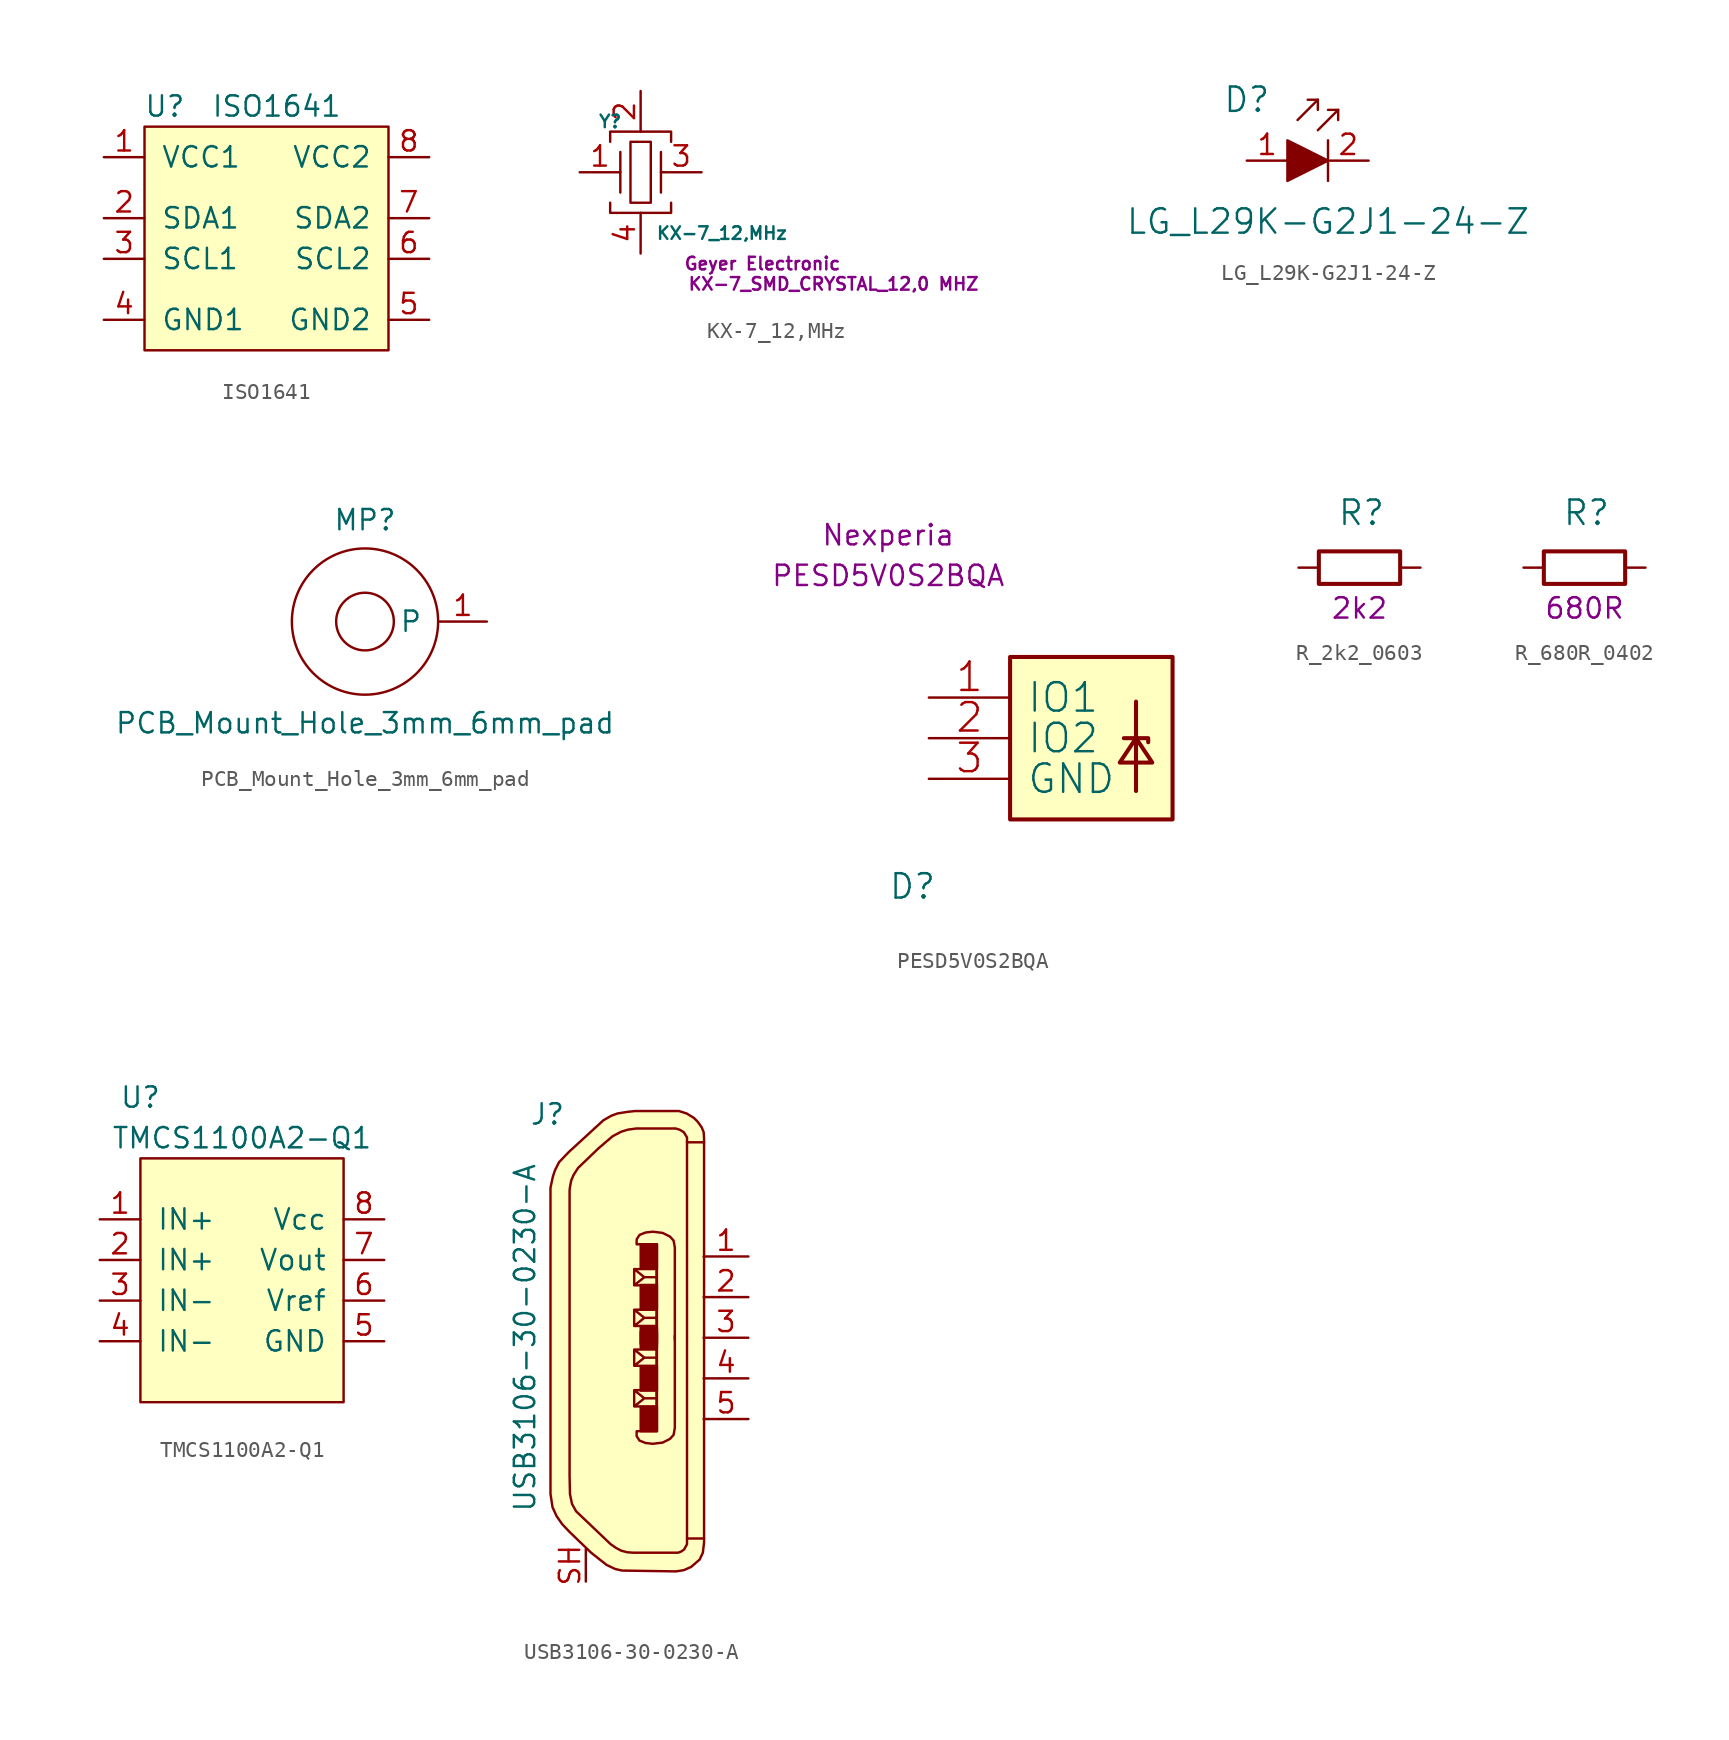
<source format=kicad_sym>
(kicad_symbol_lib
  (version 20211014)
  (generator kicad_symbol_editor)
  (symbol "ISO1641"
    (pin_names
      (offset 1.016))
    (property "Reference" "U"
      (at -6.35 8.255 0)
      (effects (font (size 1.27 1.27))))
    (property "Value" "ISO1641"
      (at 0.635 8.255 0)
      (effects (font (size 1.27 1.27))))
    (symbol "ISO1641_0_1"
      (rectangle (start -7.62 6.985) (end 7.62 -6.985) (stroke (width 0) (type default) (color 0 0 0 0)) (fill (type background))))
    (symbol "ISO1641_1_1"
      (pin power_in line (at -10.16 5.08 0) (length 2.54) (name "VCC1" (effects (font (size 1.27 1.27)))) (number "1" (effects (font (size 1.27 1.27)))))
      (pin bidirectional line (at -10.16 1.27 0) (length 2.54) (name "SDA1" (effects (font (size 1.27 1.27)))) (number "2" (effects (font (size 1.27 1.27)))))
      (pin bidirectional line (at -10.16 -1.27 0) (length 2.54) (name "SCL1" (effects (font (size 1.27 1.27)))) (number "3" (effects (font (size 1.27 1.27)))))
      (pin power_in line (at -10.16 -5.08 0) (length 2.54) (name "GND1" (effects (font (size 1.27 1.27)))) (number "4" (effects (font (size 1.27 1.27)))))
      (pin power_in line (at 10.16 -5.08 180) (length 2.54) (name "GND2" (effects (font (size 1.27 1.27)))) (number "5" (effects (font (size 1.27 1.27)))))
      (pin bidirectional line (at 10.16 -1.27 180) (length 2.54) (name "SCL2" (effects (font (size 1.27 1.27)))) (number "6" (effects (font (size 1.27 1.27)))))
      (pin bidirectional line (at 10.16 1.27 180) (length 2.54) (name "SDA2" (effects (font (size 1.27 1.27)))) (number "7" (effects (font (size 1.27 1.27)))))
      (pin power_in line (at 10.16 5.08 180) (length 2.54) (name "VCC2" (effects (font (size 1.27 1.27)))) (number "8" (effects (font (size 1.27 1.27)))))))
  (symbol "KX-7_12,MHz"
    (pin_names
      (offset 1.016))
    (property "Reference" "Y"
      (at -1.905 3.175 0)
      (effects (font (size 0.787 0.787))))
    (property "Value" "KX-7_12,MHz"
      (at 5.08 -3.81 0)
      (effects (font (size 0.787 0.787))))
    (property "MPN" "KX-7_SMD_CRYSTAL_12,0 MHZ"
      (at 12.065 -6.985 0)
      (effects (font (size 0.787 0.787))))
    (property "Manufacturer" "Geyer Electronic"
      (at 7.62 -5.715 0)
      (effects (font (size 0.787 0.787))))
    (symbol "KX-7_12,MHz_0_1"
      (rectangle (start -0.635 1.905) (end 0.635 -1.905) (stroke (width 0) (type default) (color 0 0 0 0)) (fill (type none)))
      (polyline (pts (xy -1.27 1.27) (xy -1.27 -1.27)) (stroke (width 0) (type default) (color 0 0 0 0)) (fill (type none)))
      (polyline (pts (xy 1.27 1.27) (xy 1.27 -1.27)) (stroke (width 0) (type default) (color 0 0 0 0)) (fill (type none)))
      (polyline (pts (xy -1.905 -1.905) (xy -1.905 -2.54) (xy 1.905 -2.54) (xy 1.905 -1.905)) (stroke (width 0) (type default) (color 0 0 0 0)) (fill (type none)))
      (polyline (pts (xy -1.905 1.905) (xy -1.905 2.54) (xy 1.905 2.54) (xy 1.905 1.905)) (stroke (width 0) (type default) (color 0 0 0 0)) (fill (type none))))
    (symbol "KX-7_12,MHz_1_1"
      (pin output line (at -3.81 0 0) (length 2.54) (name "~" (effects (font (size 1.27 1.27)))) (number "1" (effects (font (size 1.27 1.27)))))
      (pin power_in line (at 0 5.08 270) (length 2.54) (name "~" (effects (font (size 1.27 1.27)))) (number "2" (effects (font (size 1.27 1.27)))))
      (pin output line (at 3.81 0 180) (length 2.54) (name "~" (effects (font (size 1.27 1.27)))) (number "3" (effects (font (size 1.27 1.27)))))
      (pin power_in line (at 0 -5.08 90) (length 2.54) (name "~" (effects (font (size 1.27 1.27)))) (number "4" (effects (font (size 1.27 1.27)))))))
  (symbol "LG_L29K-G2J1-24-Z"
    (pin_names
      (offset 0))
    (property "Reference" "D"
      (at -5.08 3.81 0)
      (effects (font (size 1.524 1.524))))
    (property "Value" "LG_L29K-G2J1-24-Z"
      (at 0 -3.81 0)
      (effects (font (size 1.524 1.524))))
    (symbol "LG_L29K-G2J1-24-Z_0_1"
      (polyline (pts (xy -0.635 3.81) (xy -1.905 2.54)) (stroke (width 0) (type default) (color 0 0 0 0)) (fill (type none)))
      (polyline (pts (xy 0 1.27) (xy 0 -1.27)) (stroke (width 0) (type default) (color 0 0 0 0)) (fill (type none)))
      (polyline (pts (xy 0.635 3.175) (xy -0.635 1.905)) (stroke (width 0) (type default) (color 0 0 0 0)) (fill (type none)))
      (polyline (pts (xy -1.27 3.81) (xy -0.635 3.81) (xy -0.635 3.175)) (stroke (width 0) (type default) (color 0 0 0 0)) (fill (type none)))
      (polyline (pts (xy 0 3.175) (xy 0.635 3.175) (xy 0.635 2.54)) (stroke (width 0) (type default) (color 0 0 0 0)) (fill (type none)))
      (polyline (pts (xy -2.54 1.27) (xy -2.54 -1.27) (xy 0 0) (xy -2.54 1.27)) (stroke (width 0) (type default) (color 0 0 0 0)) (fill (type outline))))
    (symbol "LG_L29K-G2J1-24-Z_1_1"
      (pin passive line (at -5.08 0 0) (length 2.54) (name "~" (effects (font (size 1.27 1.27)))) (number "1" (effects (font (size 1.27 1.27)))))
      (pin passive line (at 2.54 0 180) (length 2.54) (name "~" (effects (font (size 1.27 1.27)))) (number "2" (effects (font (size 1.27 1.27)))))))
  (symbol "PCB_Mount_Hole_3mm_6mm_pad"
    (pin_names
      (offset 1.016))
    (property "Reference" "MP"
      (at 0 6.35 0)
      (effects (font (size 1.27 1.27))))
    (property "Value" "PCB_Mount_Hole_3mm_6mm_pad"
      (at 0 -6.35 0)
      (effects (font (size 1.27 1.27))))
    (symbol "PCB_Mount_Hole_3mm_6mm_pad_0_1"
      (circle (center 0 0) (radius 1.803) (stroke (width 0) (type default) (color 0 0 0 0)) (fill (type none)))
      (circle (center 0 0) (radius 4.572) (stroke (width 0) (type default) (color 0 0 0 0)) (fill (type none))))
    (symbol "PCB_Mount_Hole_3mm_6mm_pad_1_1"
      (pin input line (at 7.62 0 180) (length 2.997) (name "P" (effects (font (size 1.27 1.27)))) (number "1" (effects (font (size 1.27 1.27)))))))
  (symbol "PESD5V0S2BQA"
    (pin_names
      (offset 1.016))
    (property "Reference" "D"
      (at -7.62 -12.7 0)
      (effects (font (size 1.524 1.524)) (justify left bottom)))
    (property "MPN" "PESD5V0S2BQA"
      (at -7.62 7.62 0)
      (effects (font (size 1.27 1.27))))
    (property "Manufacturer" "Nexperia"
      (at -7.62 10.16 0)
      (effects (font (size 1.27 1.27))))
    (symbol "PESD5V0S2BQA_0_1"
      (polyline (pts (xy 7.874 -0.254) (xy 7.874 -5.842)) (stroke (width 0.254) (type default) (color 0 0 0 0)) (fill (type none)))
      (polyline (pts (xy 7.112 -2.54) (xy 8.636 -2.54) (xy 8.636 -2.794)) (stroke (width 0.254) (type default) (color 0 0 0 0)) (fill (type none)))
      (polyline (pts (xy 8.89 -4.064) (xy 7.874 -2.54) (xy 6.858 -4.064) (xy 8.89 -4.064)) (stroke (width 0.254) (type default) (color 0 0 0 0)) (fill (type none)))
      (rectangle (start 10.16 -7.62) (end 0 2.54) (stroke (width 0.254) (type default) (color 0 0 0 0)) (fill (type background)))
      (pin passive line (at -5.08 0 0) (length 5.08) (name "IO1" (effects (font (size 1.778 1.778)))) (number "1" (effects (font (size 1.778 1.778)))))
      (pin passive line (at -5.08 -2.54 0) (length 5.08) (name "IO2" (effects (font (size 1.778 1.778)))) (number "2" (effects (font (size 1.778 1.778)))))
      (pin passive line (at -5.08 -5.08 0) (length 5.08) (name "GND" (effects (font (size 1.778 1.778)))) (number "3" (effects (font (size 1.778 1.778)))))))
  (symbol "R_2k2_0603"
    (pin_names
      (offset 0))
    (property "Reference" "R"
      (at -1.397 3.429 0)
      (effects (font (size 1.524 1.524)) (justify left)))
    (property "Val" "2k2"
      (at 0 -2.54 0)
      (effects (font (size 1.27 1.27))))
    (symbol "R_2k2_0603_1_1"
      (rectangle (start 2.54 -1.016) (end -2.54 1.016) (stroke (width 0.254) (type default) (color 0 0 0 0)) (fill (type none)))
      (pin passive line (at -3.81 0 0) (length 1.27) (name "~" (effects (font (size 0 0)))) (number "1" (effects (font (size 0 0)))))
      (pin passive line (at 3.81 0 180) (length 1.27) (name "~" (effects (font (size 0 0)))) (number "2" (effects (font (size 0 0)))))))
  (symbol "R_680R_0402"
    (pin_names
      (offset 0))
    (property "Reference" "R"
      (at -1.397 3.429 0)
      (effects (font (size 1.524 1.524)) (justify left)))
    (property "Val" "680R"
      (at 0 -2.54 0)
      (effects (font (size 1.27 1.27))))
    (symbol "R_680R_0402_1_1"
      (rectangle (start 2.54 -1.016) (end -2.54 1.016) (stroke (width 0.254) (type default) (color 0 0 0 0)) (fill (type none)))
      (pin passive line (at -3.81 0 0) (length 1.27) (name "~" (effects (font (size 0 0)))) (number "1" (effects (font (size 0 0)))))
      (pin passive line (at 3.81 0 180) (length 1.27) (name "~" (effects (font (size 0 0)))) (number "2" (effects (font (size 0 0)))))))
  (symbol "TMCS1100A2-Q1"
    (pin_names
      (offset 1.016))
    (property "Reference" "U"
      (at -6.35 11.43 0)
      (effects (font (size 1.27 1.27))))
    (property "Value" "TMCS1100A2-Q1"
      (at 0 8.89 0)
      (effects (font (size 1.27 1.27))))
    (symbol "TMCS1100A2-Q1_0_1"
      (rectangle (start -6.35 7.62) (end 6.35 -7.62) (stroke (width 0) (type default) (color 0 0 0 0)) (fill (type background))))
    (symbol "TMCS1100A2-Q1_1_1"
      (pin input line (at -8.89 3.81 0) (length 2.54) (name "IN+" (effects (font (size 1.27 1.27)))) (number "1" (effects (font (size 1.27 1.27)))))
      (pin input line (at -8.89 1.27 0) (length 2.54) (name "IN+" (effects (font (size 1.27 1.27)))) (number "2" (effects (font (size 1.27 1.27)))))
      (pin input line (at -8.89 -1.27 0) (length 2.54) (name "IN-" (effects (font (size 1.27 1.27)))) (number "3" (effects (font (size 1.27 1.27)))))
      (pin input line (at -8.89 -3.81 0) (length 2.54) (name "IN-" (effects (font (size 1.27 1.27)))) (number "4" (effects (font (size 1.27 1.27)))))
      (pin power_in line (at 8.89 -3.81 180) (length 2.54) (name "GND" (effects (font (size 1.27 1.27)))) (number "5" (effects (font (size 1.27 1.27)))))
      (pin input line (at 8.89 -1.27 180) (length 2.54) (name "Vref" (effects (font (size 1.27 1.27)))) (number "6" (effects (font (size 1.27 1.27)))))
      (pin output line (at 8.89 1.27 180) (length 2.54) (name "Vout" (effects (font (size 1.27 1.27)))) (number "7" (effects (font (size 1.27 1.27)))))
      (pin power_in line (at 8.89 3.81 180) (length 2.54) (name "Vcc" (effects (font (size 1.27 1.27)))) (number "8" (effects (font (size 1.27 1.27)))))))
  (symbol "USB3106-30-0230-A"
    (pin_names
      (offset 1.016))
    (property "Reference" "J"
      (at -3.81 13.97 0)
      (effects (font (size 1.27 1.27)) (justify right)))
    (property "Value" "USB3106-30-0230-A"
      (at -6.35 0 90)
      (effects (font (size 1.27 1.27))))
    (symbol "USB3106-30-0230-A_1_1"
      (polyline (pts (xy 3.785 12.243) (xy 3.785 -12.548)) (stroke (width 0) (type default) (color 0 0 0 0)) (fill (type none)))
      (polyline (pts (xy 0.483 -4.293) (xy 0.483 -3.277) (xy 1.88 -3.277) (xy 1.88 -4.293) (xy 0.483 -4.293) (xy 1.118 -3.785) (xy 0.483 -3.277) (xy 1.88 -3.277) (xy 1.88 -3.785) (xy 1.118 -3.785)) (stroke (width 0) (type default) (color 0 0 0 0)) (fill (type none)))
      (polyline (pts (xy 0.483 -1.753) (xy 0.483 -0.737) (xy 1.88 -0.737) (xy 1.88 -1.753) (xy 0.483 -1.753) (xy 1.118 -1.245) (xy 0.483 -0.737) (xy 1.88 -0.737) (xy 1.88 -1.245) (xy 1.118 -1.245)) (stroke (width 0) (type default) (color 0 0 0 0)) (fill (type none)))
      (polyline (pts (xy 0.483 1.753) (xy 0.483 0.737) (xy 1.88 0.737) (xy 1.88 1.753) (xy 0.483 1.753) (xy 1.118 1.245) (xy 0.483 0.737) (xy 1.88 0.737) (xy 1.88 1.245) (xy 1.118 1.245)) (stroke (width 0) (type default) (color 0 0 0 0)) (fill (type none)))
      (polyline (pts (xy 0.483 4.293) (xy 0.483 3.277) (xy 1.88 3.277) (xy 1.88 4.293) (xy 0.483 4.293) (xy 1.118 3.785) (xy 0.483 3.277) (xy 1.88 3.277) (xy 1.88 3.785) (xy 1.118 3.785)) (stroke (width 0) (type default) (color 0 0 0 0)) (fill (type none)))
      (polyline (pts (xy 1.905 -0.025) (xy 1.905 5.842) (xy 0.635 5.842) (xy 0.635 6.147) (xy 0.813 6.426) (xy 1.194 6.579) (xy 1.651 6.629) (xy 2.261 6.553) (xy 2.718 6.325) (xy 2.946 6.071) (xy 3.023 5.639) (xy 3.023 4.801) (xy 3.023 -0.127)) (stroke (width 0) (type default) (color 0 0 0 0)) (fill (type none)))
      (polyline (pts (xy 1.905 0.025) (xy 1.905 -5.842) (xy 0.635 -5.842) (xy 0.635 -6.147) (xy 0.813 -6.426) (xy 1.194 -6.579) (xy 1.651 -6.629) (xy 2.261 -6.553) (xy 2.718 -6.325) (xy 2.946 -6.071) (xy 3.023 -5.639) (xy 3.023 -4.801) (xy 3.023 0.127)) (stroke (width 0) (type default) (color 0 0 0 0)) (fill (type none)))
      (polyline (pts (xy 4.851 -12.548) (xy 3.835 -12.548) (xy 3.785 -12.548) (xy 3.785 -12.903) (xy 3.607 -13.233) (xy 3.429 -13.36) (xy 3.226 -13.437) (xy 0.457 -13.437) (xy 0.051 -13.411) (xy -0.33 -13.31) (xy -0.66 -13.132) (xy -0.991 -12.903) (xy -3.15 -10.846) (xy -3.404 -10.389) (xy -3.531 -9.779) (xy -3.556 -8.636) (xy -3.556 9.22) (xy -3.531 9.423) (xy -3.454 9.83) (xy -3.302 10.185) (xy -3.023 10.617) (xy -1.753 11.836) (xy -0.864 12.598) (xy -0.33 12.878) (xy 0.076 13.005) (xy 0.61 13.081) (xy 3.073 13.081) (xy 3.327 13.005) (xy 3.581 12.852) (xy 3.785 12.522) (xy 3.785 12.217) (xy 4.851 12.217)) (stroke (width 0) (type default) (color 0 0 0 0)) (fill (type none)))
      (polyline (pts (xy 4.851 -11.481) (xy 4.851 -12.802) (xy 4.775 -13.437) (xy 4.572 -13.868) (xy 4.039 -14.326) (xy 3.581 -14.529) (xy 3.099 -14.605) (xy -0.279 -14.554) (xy -0.711 -14.453) (xy -1.245 -14.199) (xy -2.21 -13.437) (xy -3.556 -12.141) (xy -4.013 -11.659) (xy -4.369 -11.151) (xy -4.623 -10.592) (xy -4.75 -9.754) (xy -4.75 9.373) (xy -4.597 10.084) (xy -4.47 10.465) (xy -4.216 10.973) (xy -3.607 11.608) (xy -1.448 13.589) (xy -0.965 13.868) (xy -0.559 14.021) (xy 0.076 14.122) (xy 0.559 14.173) (xy 3.277 14.173) (xy 3.759 14.021) (xy 4.216 13.741) (xy 4.445 13.513) (xy 4.699 13.157) (xy 4.826 12.852) (xy 4.851 12.446) (xy 4.851 -11.506)) (stroke (width 0) (type default) (color 0 0 0 0)) (fill (type background)))
      (rectangle (start 0.889 -4.318) (end 1.905 -5.842) (stroke (width 0) (type default) (color 0 0 0 0)) (fill (type outline)))
      (rectangle (start 0.889 -3.302) (end 1.905 -1.778) (stroke (width 0) (type default) (color 0 0 0 0)) (fill (type outline)))
      (rectangle (start 0.889 -0.635) (end 1.905 0.381) (stroke (width 0) (type default) (color 0 0 0 0)) (fill (type outline)))
      (rectangle (start 0.889 0.635) (end 1.905 -0.381) (stroke (width 0) (type default) (color 0 0 0 0)) (fill (type outline)))
      (rectangle (start 0.889 3.302) (end 1.905 1.778) (stroke (width 0) (type default) (color 0 0 0 0)) (fill (type outline)))
      (rectangle (start 0.889 4.318) (end 1.905 5.842) (stroke (width 0) (type default) (color 0 0 0 0)) (fill (type outline)))
      (pin passive line (at 7.62 5.08 180) (length 2.794) (name "~" (effects (font (size 1.27 1.27)))) (number "1" (effects (font (size 1.27 1.27)))))
      (pin passive line (at 7.62 2.54 180) (length 2.794) (name "~" (effects (font (size 1.27 1.27)))) (number "2" (effects (font (size 1.27 1.27)))))
      (pin passive line (at 7.62 0 180) (length 2.794) (name "~" (effects (font (size 1.27 1.27)))) (number "3" (effects (font (size 1.27 1.27)))))
      (pin passive line (at 7.62 -2.54 180) (length 2.794) (name "~" (effects (font (size 1.27 1.27)))) (number "4" (effects (font (size 1.27 1.27)))))
      (pin passive line (at 7.62 -5.08 180) (length 2.794) (name "~" (effects (font (size 1.27 1.27)))) (number "5" (effects (font (size 1.27 1.27)))))
      (pin passive line (at -2.54 -15.24 90) (length 2.032) (name "~" (effects (font (size 1.27 1.27)))) (number "SH" (effects (font (size 1.27 1.27))))))))
</source>
